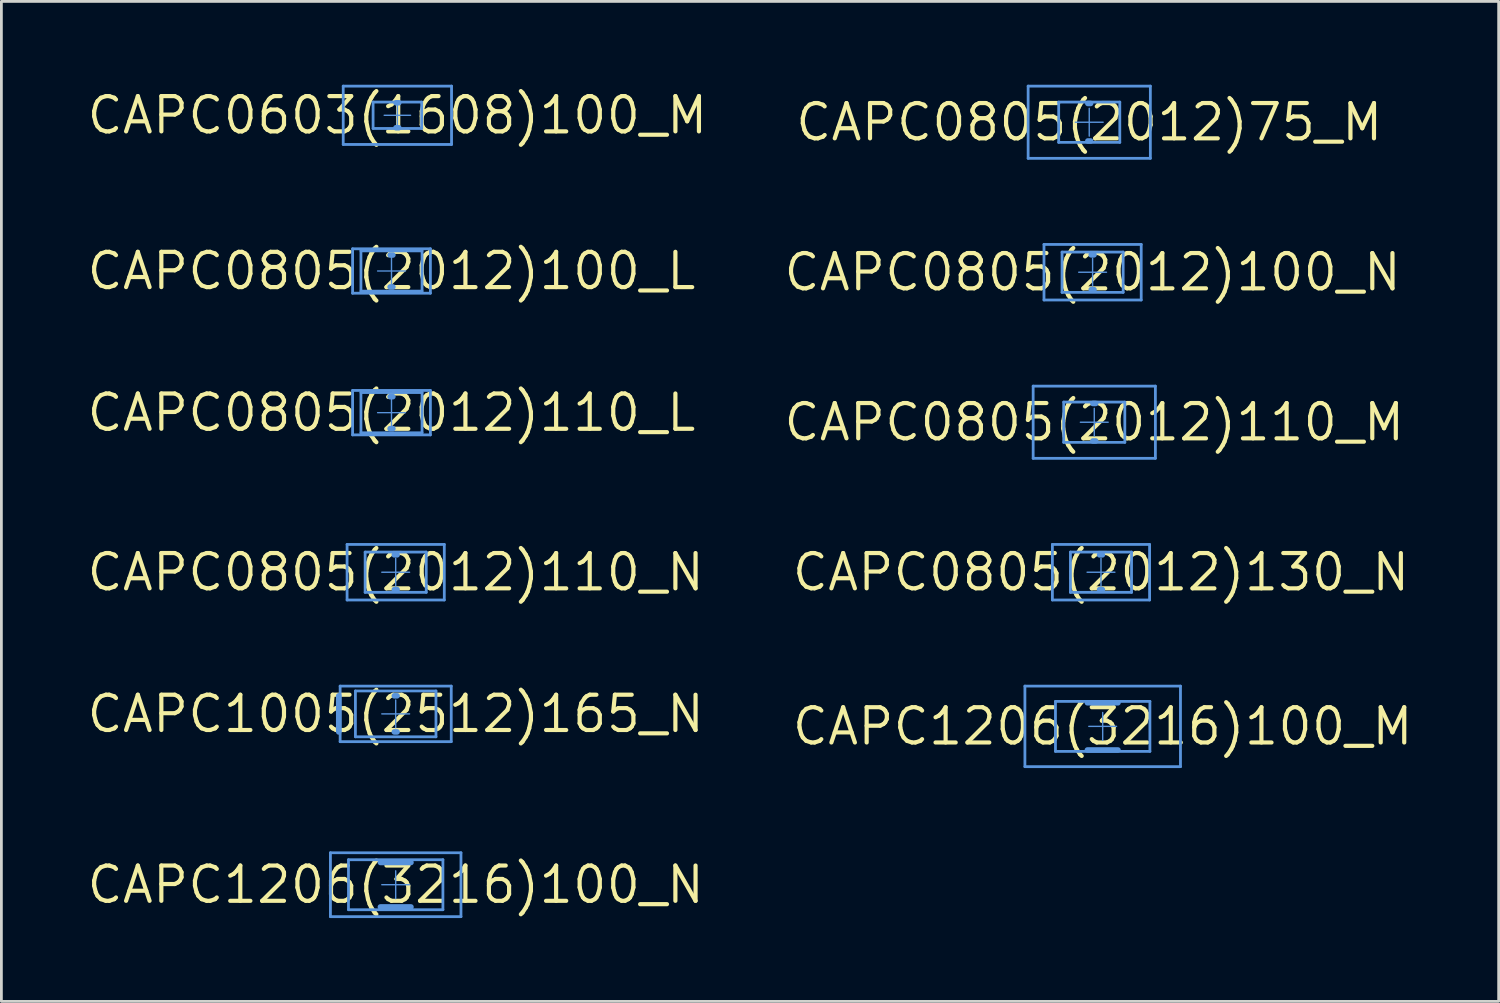
<source format=kicad_pcb>
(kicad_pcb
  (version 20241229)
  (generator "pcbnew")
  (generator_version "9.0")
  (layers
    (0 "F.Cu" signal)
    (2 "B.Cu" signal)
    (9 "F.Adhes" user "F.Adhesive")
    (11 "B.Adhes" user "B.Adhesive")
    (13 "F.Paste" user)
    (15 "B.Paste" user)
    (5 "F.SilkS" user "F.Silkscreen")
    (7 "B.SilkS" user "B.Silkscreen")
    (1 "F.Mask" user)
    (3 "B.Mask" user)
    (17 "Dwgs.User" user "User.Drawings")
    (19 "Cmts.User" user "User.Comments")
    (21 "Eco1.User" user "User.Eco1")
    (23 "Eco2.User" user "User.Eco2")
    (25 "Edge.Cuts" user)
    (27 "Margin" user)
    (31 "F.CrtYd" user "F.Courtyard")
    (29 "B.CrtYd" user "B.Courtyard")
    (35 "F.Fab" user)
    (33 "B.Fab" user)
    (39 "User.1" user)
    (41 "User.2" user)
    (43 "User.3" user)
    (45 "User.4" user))
  (footprint "CAPC0805(2012)100_N"
    (layer "F.Cu")
    (at 36.284 6.75)
    (property "Reference" "CAPC0805(2012)100_N" (at 0 0 0) (layer "F.SilkS") (effects (font (size 1.27 1.27) (thickness 0.15))))
    (attr through_hole)
    (fp_line (start -1.75 -1) (end 1.75 -1) (stroke (width 0.05) (type solid)) (layer "Cmts.User"))
    (fp_line (start -1.75 -1) (end 1.75 -1) (stroke (width 0.1) (type solid)) (layer "Cmts.User"))
    (fp_line (start -1.75 1) (end -1.75 -1) (stroke (width 0.05) (type solid)) (layer "Cmts.User"))
    (fp_line (start -1.75 1) (end -1.75 -1) (stroke (width 0.1) (type solid)) (layer "Cmts.User"))
    (fp_line (start -1.75 1) (end 1.75 1) (stroke (width 0.05) (type solid)) (layer "Cmts.User"))
    (fp_line (start -1.75 1) (end 1.75 1) (stroke (width 0.1) (type solid)) (layer "Cmts.User"))
    (fp_line (start -1.1 -0.725) (end 1.1 -0.725) (stroke (width 0.1) (type solid)) (layer "Cmts.User"))
    (fp_line (start -1.1 0.725) (end -1.1 -0.725) (stroke (width 0.1) (type solid)) (layer "Cmts.User"))
    (fp_line (start -1.1 0.725) (end 1.1 0.725) (stroke (width 0.1) (type solid)) (layer "Cmts.User"))
    (fp_line (start -0.5 0) (end 0.5 0) (stroke (width 0.05) (type solid)) (layer "Cmts.User"))
    (fp_line (start -0.05 -0.625) (end 0.05 -0.625) (stroke (width 0.2) (type solid)) (layer "Cmts.User"))
    (fp_line (start -0.05 0.625) (end 0.05 0.625) (stroke (width 0.2) (type solid)) (layer "Cmts.User"))
    (fp_line (start 0 0.5) (end 0 -0.5) (stroke (width 0.05) (type solid)) (layer "Cmts.User"))
    (fp_line (start 1.1 0.725) (end 1.1 -0.725) (stroke (width 0.1) (type solid)) (layer "Cmts.User"))
    (fp_line (start 1.75 1) (end 1.75 -1) (stroke (width 0.05) (type solid)) (layer "Cmts.User"))
    (fp_line (start 1.75 1) (end 1.75 -1) (stroke (width 0.1) (type solid)) (layer "Cmts.User")))
  (footprint "CAPC0805(2012)75_M"
    (layer "F.Cu")
    (at 36.163 1.35)
    (property "Reference" "CAPC0805(2012)75_M" (at 0 0 0) (layer "F.SilkS") (effects (font (size 1.27 1.27) (thickness 0.15))))
    (attr through_hole)
    (fp_line (start -2.2 -1.3) (end 2.2 -1.3) (stroke (width 0.05) (type solid)) (layer "Cmts.User"))
    (fp_line (start -2.2 -1.3) (end 2.2 -1.3) (stroke (width 0.1) (type solid)) (layer "Cmts.User"))
    (fp_line (start -2.2 1.3) (end -2.2 -1.3) (stroke (width 0.05) (type solid)) (layer "Cmts.User"))
    (fp_line (start -2.2 1.3) (end -2.2 -1.3) (stroke (width 0.1) (type solid)) (layer "Cmts.User"))
    (fp_line (start -2.2 1.3) (end 2.2 1.3) (stroke (width 0.05) (type solid)) (layer "Cmts.User"))
    (fp_line (start -2.2 1.3) (end 2.2 1.3) (stroke (width 0.1) (type solid)) (layer "Cmts.User"))
    (fp_line (start -1.1 -0.725) (end 1.1 -0.725) (stroke (width 0.1) (type solid)) (layer "Cmts.User"))
    (fp_line (start -1.1 0.725) (end -1.1 -0.725) (stroke (width 0.1) (type solid)) (layer "Cmts.User"))
    (fp_line (start -1.1 0.725) (end 1.1 0.725) (stroke (width 0.1) (type solid)) (layer "Cmts.User"))
    (fp_line (start -0.5 0) (end 0.5 0) (stroke (width 0.05) (type solid)) (layer "Cmts.User"))
    (fp_line (start -0.05 -0.675) (end 0.05 -0.675) (stroke (width 0.2) (type solid)) (layer "Cmts.User"))
    (fp_line (start -0.05 0.675) (end 0.05 0.675) (stroke (width 0.2) (type solid)) (layer "Cmts.User"))
    (fp_line (start 0 0.5) (end 0 -0.5) (stroke (width 0.05) (type solid)) (layer "Cmts.User"))
    (fp_line (start 1.1 0.725) (end 1.1 -0.725) (stroke (width 0.1) (type solid)) (layer "Cmts.User"))
    (fp_line (start 2.2 1.3) (end 2.2 -1.3) (stroke (width 0.05) (type solid)) (layer "Cmts.User"))
    (fp_line (start 2.2 1.3) (end 2.2 -1.3) (stroke (width 0.1) (type solid)) (layer "Cmts.User")))
  (footprint "CAPC1206(3216)100_M"
    (layer "F.Cu")
    (at 36.647 23.1)
    (property "Reference" "CAPC1206(3216)100_M" (at 0 0 0) (layer "F.SilkS") (effects (font (size 1.27 1.27) (thickness 0.15))))
    (attr through_hole)
    (fp_line (start -2.8 -1.45) (end 2.8 -1.45) (stroke (width 0.05) (type solid)) (layer "Cmts.User"))
    (fp_line (start -2.8 -1.45) (end 2.8 -1.45) (stroke (width 0.1) (type solid)) (layer "Cmts.User"))
    (fp_line (start -2.8 1.45) (end -2.8 -1.45) (stroke (width 0.05) (type solid)) (layer "Cmts.User"))
    (fp_line (start -2.8 1.45) (end -2.8 -1.45) (stroke (width 0.1) (type solid)) (layer "Cmts.User"))
    (fp_line (start -2.8 1.45) (end 2.8 1.45) (stroke (width 0.05) (type solid)) (layer "Cmts.User"))
    (fp_line (start -2.8 1.45) (end 2.8 1.45) (stroke (width 0.1) (type solid)) (layer "Cmts.User"))
    (fp_line (start -1.7 -0.9) (end 1.7 -0.9) (stroke (width 0.1) (type solid)) (layer "Cmts.User"))
    (fp_line (start -1.7 0.9) (end -1.7 -0.9) (stroke (width 0.1) (type solid)) (layer "Cmts.User"))
    (fp_line (start -1.7 0.9) (end 1.7 0.9) (stroke (width 0.1) (type solid)) (layer "Cmts.User"))
    (fp_line (start -0.55 -0.85) (end 0.55 -0.85) (stroke (width 0.2) (type solid)) (layer "Cmts.User"))
    (fp_line (start -0.55 0.85) (end 0.55 0.85) (stroke (width 0.2) (type solid)) (layer "Cmts.User"))
    (fp_line (start -0.5 0) (end 0.5 0) (stroke (width 0.05) (type solid)) (layer "Cmts.User"))
    (fp_line (start 0 0.5) (end 0 -0.5) (stroke (width 0.05) (type solid)) (layer "Cmts.User"))
    (fp_line (start 1.7 0.9) (end 1.7 -0.9) (stroke (width 0.1) (type solid)) (layer "Cmts.User"))
    (fp_line (start 2.8 1.45) (end 2.8 -1.45) (stroke (width 0.05) (type solid)) (layer "Cmts.User"))
    (fp_line (start 2.8 1.45) (end 2.8 -1.45) (stroke (width 0.1) (type solid)) (layer "Cmts.User")))
  (footprint "CAPC0603(1608)100_M"
    (layer "F.Cu")
    (at 11.256 1.1)
    (property "Reference" "CAPC0603(1608)100_M" (at 0 0 0) (layer "F.SilkS") (effects (font (size 1.27 1.27) (thickness 0.15))))
    (attr through_hole)
    (fp_line (start -1.95 -1.05) (end 1.95 -1.05) (stroke (width 0.05) (type solid)) (layer "Cmts.User"))
    (fp_line (start -1.95 -1.05) (end 1.95 -1.05) (stroke (width 0.1) (type solid)) (layer "Cmts.User"))
    (fp_line (start -1.95 1.05) (end -1.95 -1.05) (stroke (width 0.05) (type solid)) (layer "Cmts.User"))
    (fp_line (start -1.95 1.05) (end -1.95 -1.05) (stroke (width 0.1) (type solid)) (layer "Cmts.User"))
    (fp_line (start -1.95 1.05) (end 1.95 1.05) (stroke (width 0.05) (type solid)) (layer "Cmts.User"))
    (fp_line (start -1.95 1.05) (end 1.95 1.05) (stroke (width 0.1) (type solid)) (layer "Cmts.User"))
    (fp_line (start -0.875 -0.475) (end 0.875 -0.475) (stroke (width 0.1) (type solid)) (layer "Cmts.User"))
    (fp_line (start -0.875 0.475) (end -0.875 -0.475) (stroke (width 0.1) (type solid)) (layer "Cmts.User"))
    (fp_line (start -0.875 0.475) (end 0.875 0.475) (stroke (width 0.1) (type solid)) (layer "Cmts.User"))
    (fp_line (start -0.475 0) (end 0.475 0) (stroke (width 0.05) (type solid)) (layer "Cmts.User"))
    (fp_line (start -0.05 -0.45) (end 0.05 -0.45) (stroke (width 0.2) (type solid)) (layer "Cmts.User"))
    (fp_line (start -0.05 0.45) (end 0.05 0.45) (stroke (width 0.2) (type solid)) (layer "Cmts.User"))
    (fp_line (start 0 0.475) (end 0 -0.475) (stroke (width 0.05) (type solid)) (layer "Cmts.User"))
    (fp_line (start 0.875 0.475) (end 0.875 -0.475) (stroke (width 0.1) (type solid)) (layer "Cmts.User"))
    (fp_line (start 1.95 1.05) (end 1.95 -1.05) (stroke (width 0.05) (type solid)) (layer "Cmts.User"))
    (fp_line (start 1.95 1.05) (end 1.95 -1.05) (stroke (width 0.1) (type solid)) (layer "Cmts.User")))
  (footprint "CAPC0805(2012)100_L"
    (layer "F.Cu")
    (at 11.044 6.706)
    (property "Reference" "CAPC0805(2012)100_L" (at 0 0 0) (layer "F.SilkS") (effects (font (size 1.27 1.27) (thickness 0.15))))
    (attr through_hole)
    (fp_line (start -1.4 -0.8) (end 1.4 -0.8) (stroke (width 0.05) (type solid)) (layer "Cmts.User"))
    (fp_line (start -1.4 -0.8) (end 1.4 -0.8) (stroke (width 0.1) (type solid)) (layer "Cmts.User"))
    (fp_line (start -1.4 0.8) (end -1.4 -0.8) (stroke (width 0.05) (type solid)) (layer "Cmts.User"))
    (fp_line (start -1.4 0.8) (end -1.4 -0.8) (stroke (width 0.1) (type solid)) (layer "Cmts.User"))
    (fp_line (start -1.4 0.8) (end 1.4 0.8) (stroke (width 0.05) (type solid)) (layer "Cmts.User"))
    (fp_line (start -1.4 0.8) (end 1.4 0.8) (stroke (width 0.1) (type solid)) (layer "Cmts.User"))
    (fp_line (start -1.1 -0.725) (end 1.1 -0.725) (stroke (width 0.1) (type solid)) (layer "Cmts.User"))
    (fp_line (start -1.1 0.725) (end -1.1 -0.725) (stroke (width 0.1) (type solid)) (layer "Cmts.User"))
    (fp_line (start -1.1 0.725) (end 1.1 0.725) (stroke (width 0.1) (type solid)) (layer "Cmts.User"))
    (fp_line (start -0.5 0) (end 0.5 0) (stroke (width 0.05) (type solid)) (layer "Cmts.User"))
    (fp_line (start -0.05 -0.575) (end 0.05 -0.575) (stroke (width 0.2) (type solid)) (layer "Cmts.User"))
    (fp_line (start -0.05 0.575) (end 0.05 0.575) (stroke (width 0.2) (type solid)) (layer "Cmts.User"))
    (fp_line (start 0 0.5) (end 0 -0.5) (stroke (width 0.05) (type solid)) (layer "Cmts.User"))
    (fp_line (start 1.1 0.725) (end 1.1 -0.725) (stroke (width 0.1) (type solid)) (layer "Cmts.User"))
    (fp_line (start 1.4 0.8) (end 1.4 -0.8) (stroke (width 0.05) (type solid)) (layer "Cmts.User"))
    (fp_line (start 1.4 0.8) (end 1.4 -0.8) (stroke (width 0.1) (type solid)) (layer "Cmts.User")))
  (footprint "CAPC0805(2012)110_L"
    (layer "F.Cu")
    (at 11.044 11.806)
    (property "Reference" "CAPC0805(2012)110_L" (at 0 0 0) (layer "F.SilkS") (effects (font (size 1.27 1.27) (thickness 0.15))))
    (attr through_hole)
    (fp_line (start -1.4 -0.8) (end 1.4 -0.8) (stroke (width 0.05) (type solid)) (layer "Cmts.User"))
    (fp_line (start -1.4 -0.8) (end 1.4 -0.8) (stroke (width 0.1) (type solid)) (layer "Cmts.User"))
    (fp_line (start -1.4 0.8) (end -1.4 -0.8) (stroke (width 0.05) (type solid)) (layer "Cmts.User"))
    (fp_line (start -1.4 0.8) (end -1.4 -0.8) (stroke (width 0.1) (type solid)) (layer "Cmts.User"))
    (fp_line (start -1.4 0.8) (end 1.4 0.8) (stroke (width 0.05) (type solid)) (layer "Cmts.User"))
    (fp_line (start -1.4 0.8) (end 1.4 0.8) (stroke (width 0.1) (type solid)) (layer "Cmts.User"))
    (fp_line (start -1.1 -0.725) (end 1.1 -0.725) (stroke (width 0.1) (type solid)) (layer "Cmts.User"))
    (fp_line (start -1.1 0.725) (end -1.1 -0.725) (stroke (width 0.1) (type solid)) (layer "Cmts.User"))
    (fp_line (start -1.1 0.725) (end 1.1 0.725) (stroke (width 0.1) (type solid)) (layer "Cmts.User"))
    (fp_line (start -0.5 0) (end 0.5 0) (stroke (width 0.05) (type solid)) (layer "Cmts.User"))
    (fp_line (start -0.05 -0.575) (end 0.05 -0.575) (stroke (width 0.2) (type solid)) (layer "Cmts.User"))
    (fp_line (start -0.05 0.575) (end 0.05 0.575) (stroke (width 0.2) (type solid)) (layer "Cmts.User"))
    (fp_line (start 0 0.5) (end 0 -0.5) (stroke (width 0.05) (type solid)) (layer "Cmts.User"))
    (fp_line (start 1.1 0.725) (end 1.1 -0.725) (stroke (width 0.1) (type solid)) (layer "Cmts.User"))
    (fp_line (start 1.4 0.8) (end 1.4 -0.8) (stroke (width 0.05) (type solid)) (layer "Cmts.User"))
    (fp_line (start 1.4 0.8) (end 1.4 -0.8) (stroke (width 0.1) (type solid)) (layer "Cmts.User")))
  (footprint "CAPC0805(2012)110_M"
    (layer "F.Cu")
    (at 36.344 12.15)
    (property "Reference" "CAPC0805(2012)110_M" (at 0 0 0) (layer "F.SilkS") (effects (font (size 1.27 1.27) (thickness 0.15))))
    (attr through_hole)
    (fp_line (start -2.2 -1.3) (end 2.2 -1.3) (stroke (width 0.05) (type solid)) (layer "Cmts.User"))
    (fp_line (start -2.2 -1.3) (end 2.2 -1.3) (stroke (width 0.1) (type solid)) (layer "Cmts.User"))
    (fp_line (start -2.2 1.3) (end -2.2 -1.3) (stroke (width 0.05) (type solid)) (layer "Cmts.User"))
    (fp_line (start -2.2 1.3) (end -2.2 -1.3) (stroke (width 0.1) (type solid)) (layer "Cmts.User"))
    (fp_line (start -2.2 1.3) (end 2.2 1.3) (stroke (width 0.05) (type solid)) (layer "Cmts.User"))
    (fp_line (start -2.2 1.3) (end 2.2 1.3) (stroke (width 0.1) (type solid)) (layer "Cmts.User"))
    (fp_line (start -1.1 -0.725) (end 1.1 -0.725) (stroke (width 0.1) (type solid)) (layer "Cmts.User"))
    (fp_line (start -1.1 0.725) (end -1.1 -0.725) (stroke (width 0.1) (type solid)) (layer "Cmts.User"))
    (fp_line (start -1.1 0.725) (end 1.1 0.725) (stroke (width 0.1) (type solid)) (layer "Cmts.User"))
    (fp_line (start -0.5 0) (end 0.5 0) (stroke (width 0.05) (type solid)) (layer "Cmts.User"))
    (fp_line (start -0.05 -0.675) (end 0.05 -0.675) (stroke (width 0.2) (type solid)) (layer "Cmts.User"))
    (fp_line (start -0.05 0.675) (end 0.05 0.675) (stroke (width 0.2) (type solid)) (layer "Cmts.User"))
    (fp_line (start 0 0.5) (end 0 -0.5) (stroke (width 0.05) (type solid)) (layer "Cmts.User"))
    (fp_line (start 1.1 0.725) (end 1.1 -0.725) (stroke (width 0.1) (type solid)) (layer "Cmts.User"))
    (fp_line (start 2.2 1.3) (end 2.2 -1.3) (stroke (width 0.05) (type solid)) (layer "Cmts.User"))
    (fp_line (start 2.2 1.3) (end 2.2 -1.3) (stroke (width 0.1) (type solid)) (layer "Cmts.User")))
  (footprint "CAPC0805(2012)110_N"
    (layer "F.Cu")
    (at 11.195 17.55)
    (property "Reference" "CAPC0805(2012)110_N" (at 0 0 0) (layer "F.SilkS") (effects (font (size 1.27 1.27) (thickness 0.15))))
    (attr through_hole)
    (fp_line (start -1.75 -1) (end 1.75 -1) (stroke (width 0.05) (type solid)) (layer "Cmts.User"))
    (fp_line (start -1.75 -1) (end 1.75 -1) (stroke (width 0.1) (type solid)) (layer "Cmts.User"))
    (fp_line (start -1.75 1) (end -1.75 -1) (stroke (width 0.05) (type solid)) (layer "Cmts.User"))
    (fp_line (start -1.75 1) (end -1.75 -1) (stroke (width 0.1) (type solid)) (layer "Cmts.User"))
    (fp_line (start -1.75 1) (end 1.75 1) (stroke (width 0.05) (type solid)) (layer "Cmts.User"))
    (fp_line (start -1.75 1) (end 1.75 1) (stroke (width 0.1) (type solid)) (layer "Cmts.User"))
    (fp_line (start -1.1 -0.725) (end 1.1 -0.725) (stroke (width 0.1) (type solid)) (layer "Cmts.User"))
    (fp_line (start -1.1 0.725) (end -1.1 -0.725) (stroke (width 0.1) (type solid)) (layer "Cmts.User"))
    (fp_line (start -1.1 0.725) (end 1.1 0.725) (stroke (width 0.1) (type solid)) (layer "Cmts.User"))
    (fp_line (start -0.5 0) (end 0.5 0) (stroke (width 0.05) (type solid)) (layer "Cmts.User"))
    (fp_line (start -0.05 -0.625) (end 0.05 -0.625) (stroke (width 0.2) (type solid)) (layer "Cmts.User"))
    (fp_line (start -0.05 0.625) (end 0.05 0.625) (stroke (width 0.2) (type solid)) (layer "Cmts.User"))
    (fp_line (start 0 0.5) (end 0 -0.5) (stroke (width 0.05) (type solid)) (layer "Cmts.User"))
    (fp_line (start 1.1 0.725) (end 1.1 -0.725) (stroke (width 0.1) (type solid)) (layer "Cmts.User"))
    (fp_line (start 1.75 1) (end 1.75 -1) (stroke (width 0.05) (type solid)) (layer "Cmts.User"))
    (fp_line (start 1.75 1) (end 1.75 -1) (stroke (width 0.1) (type solid)) (layer "Cmts.User")))
  (footprint "CAPC1005(2512)165_N"
    (layer "F.Cu")
    (at 11.195 22.65)
    (property "Reference" "CAPC1005(2512)165_N" (at 0 0 0) (layer "F.SilkS") (effects (font (size 1.27 1.27) (thickness 0.15))))
    (attr through_hole)
    (fp_line (start -2.05 0.65) (end -2.05 -0.65) (stroke (width 0.2) (type solid)) (layer "Cmts.User"))
    (fp_line (start -2 -1) (end 2 -1) (stroke (width 0.05) (type solid)) (layer "Cmts.User"))
    (fp_line (start -2 -1) (end 2 -1) (stroke (width 0.1) (type solid)) (layer "Cmts.User"))
    (fp_line (start -2 1) (end -2 -1) (stroke (width 0.05) (type solid)) (layer "Cmts.User"))
    (fp_line (start -2 1) (end -2 -1) (stroke (width 0.1) (type solid)) (layer "Cmts.User"))
    (fp_line (start -2 1) (end 2 1) (stroke (width 0.05) (type solid)) (layer "Cmts.User"))
    (fp_line (start -2 1) (end 2 1) (stroke (width 0.1) (type solid)) (layer "Cmts.User"))
    (fp_line (start -1.45 -0.825) (end 1.45 -0.825) (stroke (width 0.1) (type solid)) (layer "Cmts.User"))
    (fp_line (start -1.45 0.825) (end -1.45 -0.825) (stroke (width 0.1) (type solid)) (layer "Cmts.User"))
    (fp_line (start -1.45 0.825) (end 1.45 0.825) (stroke (width 0.1) (type solid)) (layer "Cmts.User"))
    (fp_line (start -0.5 0) (end 0.5 0) (stroke (width 0.05) (type solid)) (layer "Cmts.User"))
    (fp_line (start -0.05 -0.65) (end 0.05 -0.65) (stroke (width 0.2) (type solid)) (layer "Cmts.User"))
    (fp_line (start -0.05 0.65) (end 0.05 0.65) (stroke (width 0.2) (type solid)) (layer "Cmts.User"))
    (fp_line (start 0 0.5) (end 0 -0.5) (stroke (width 0.05) (type solid)) (layer "Cmts.User"))
    (fp_line (start 1.45 0.825) (end 1.45 -0.825) (stroke (width 0.1) (type solid)) (layer "Cmts.User"))
    (fp_line (start 2 1) (end 2 -1) (stroke (width 0.05) (type solid)) (layer "Cmts.User"))
    (fp_line (start 2 1) (end 2 -1) (stroke (width 0.1) (type solid)) (layer "Cmts.User")))
  (footprint "CAPC0805(2012)130_N"
    (layer "F.Cu")
    (at 36.586 17.55)
    (property "Reference" "CAPC0805(2012)130_N" (at 0 0 0) (layer "F.SilkS") (effects (font (size 1.27 1.27) (thickness 0.15))))
    (attr through_hole)
    (fp_line (start -1.75 -1) (end 1.75 -1) (stroke (width 0.05) (type solid)) (layer "Cmts.User"))
    (fp_line (start -1.75 -1) (end 1.75 -1) (stroke (width 0.1) (type solid)) (layer "Cmts.User"))
    (fp_line (start -1.75 1) (end -1.75 -1) (stroke (width 0.05) (type solid)) (layer "Cmts.User"))
    (fp_line (start -1.75 1) (end -1.75 -1) (stroke (width 0.1) (type solid)) (layer "Cmts.User"))
    (fp_line (start -1.75 1) (end 1.75 1) (stroke (width 0.05) (type solid)) (layer "Cmts.User"))
    (fp_line (start -1.75 1) (end 1.75 1) (stroke (width 0.1) (type solid)) (layer "Cmts.User"))
    (fp_line (start -1.1 -0.725) (end 1.1 -0.725) (stroke (width 0.1) (type solid)) (layer "Cmts.User"))
    (fp_line (start -1.1 0.725) (end -1.1 -0.725) (stroke (width 0.1) (type solid)) (layer "Cmts.User"))
    (fp_line (start -1.1 0.725) (end 1.1 0.725) (stroke (width 0.1) (type solid)) (layer "Cmts.User"))
    (fp_line (start -0.5 0) (end 0.5 0) (stroke (width 0.05) (type solid)) (layer "Cmts.User"))
    (fp_line (start -0.05 -0.625) (end 0.05 -0.625) (stroke (width 0.2) (type solid)) (layer "Cmts.User"))
    (fp_line (start -0.05 0.625) (end 0.05 0.625) (stroke (width 0.2) (type solid)) (layer "Cmts.User"))
    (fp_line (start 0 0.5) (end 0 -0.5) (stroke (width 0.05) (type solid)) (layer "Cmts.User"))
    (fp_line (start 1.1 0.725) (end 1.1 -0.725) (stroke (width 0.1) (type solid)) (layer "Cmts.User"))
    (fp_line (start 1.75 1) (end 1.75 -1) (stroke (width 0.05) (type solid)) (layer "Cmts.User"))
    (fp_line (start 1.75 1) (end 1.75 -1) (stroke (width 0.1) (type solid)) (layer "Cmts.User")))
  (footprint "CAPC1206(3216)100_N"
    (layer "F.Cu")
    (at 11.195 28.8)
    (property "Reference" "CAPC1206(3216)100_N" (at 0 0 0) (layer "F.SilkS") (effects (font (size 1.27 1.27) (thickness 0.15))))
    (attr through_hole)
    (fp_line (start -2.35 -1.15) (end 2.35 -1.15) (stroke (width 0.05) (type solid)) (layer "Cmts.User"))
    (fp_line (start -2.35 -1.15) (end 2.35 -1.15) (stroke (width 0.1) (type solid)) (layer "Cmts.User"))
    (fp_line (start -2.35 1.15) (end -2.35 -1.15) (stroke (width 0.05) (type solid)) (layer "Cmts.User"))
    (fp_line (start -2.35 1.15) (end -2.35 -1.15) (stroke (width 0.1) (type solid)) (layer "Cmts.User"))
    (fp_line (start -2.35 1.15) (end 2.35 1.15) (stroke (width 0.05) (type solid)) (layer "Cmts.User"))
    (fp_line (start -2.35 1.15) (end 2.35 1.15) (stroke (width 0.1) (type solid)) (layer "Cmts.User"))
    (fp_line (start -1.7 -0.9) (end 1.7 -0.9) (stroke (width 0.1) (type solid)) (layer "Cmts.User"))
    (fp_line (start -1.7 0.9) (end -1.7 -0.9) (stroke (width 0.1) (type solid)) (layer "Cmts.User"))
    (fp_line (start -1.7 0.9) (end 1.7 0.9) (stroke (width 0.1) (type solid)) (layer "Cmts.User"))
    (fp_line (start -0.55 -0.8) (end 0.55 -0.8) (stroke (width 0.2) (type solid)) (layer "Cmts.User"))
    (fp_line (start -0.55 0.8) (end 0.55 0.8) (stroke (width 0.2) (type solid)) (layer "Cmts.User"))
    (fp_line (start -0.5 0) (end 0.5 0) (stroke (width 0.05) (type solid)) (layer "Cmts.User"))
    (fp_line (start 0 0.5) (end 0 -0.5) (stroke (width 0.05) (type solid)) (layer "Cmts.User"))
    (fp_line (start 1.7 0.9) (end 1.7 -0.9) (stroke (width 0.1) (type solid)) (layer "Cmts.User"))
    (fp_line (start 2.35 1.15) (end 2.35 -1.15) (stroke (width 0.05) (type solid)) (layer "Cmts.User"))
    (fp_line (start 2.35 1.15) (end 2.35 -1.15) (stroke (width 0.1) (type solid)) (layer "Cmts.User")))
  (gr_rect
    (start -3 -3)
    (end 50.902 33)
    (stroke (width 0.1) (type default))
    (fill no)
    (layer "Edge.Cuts")))
</source>
